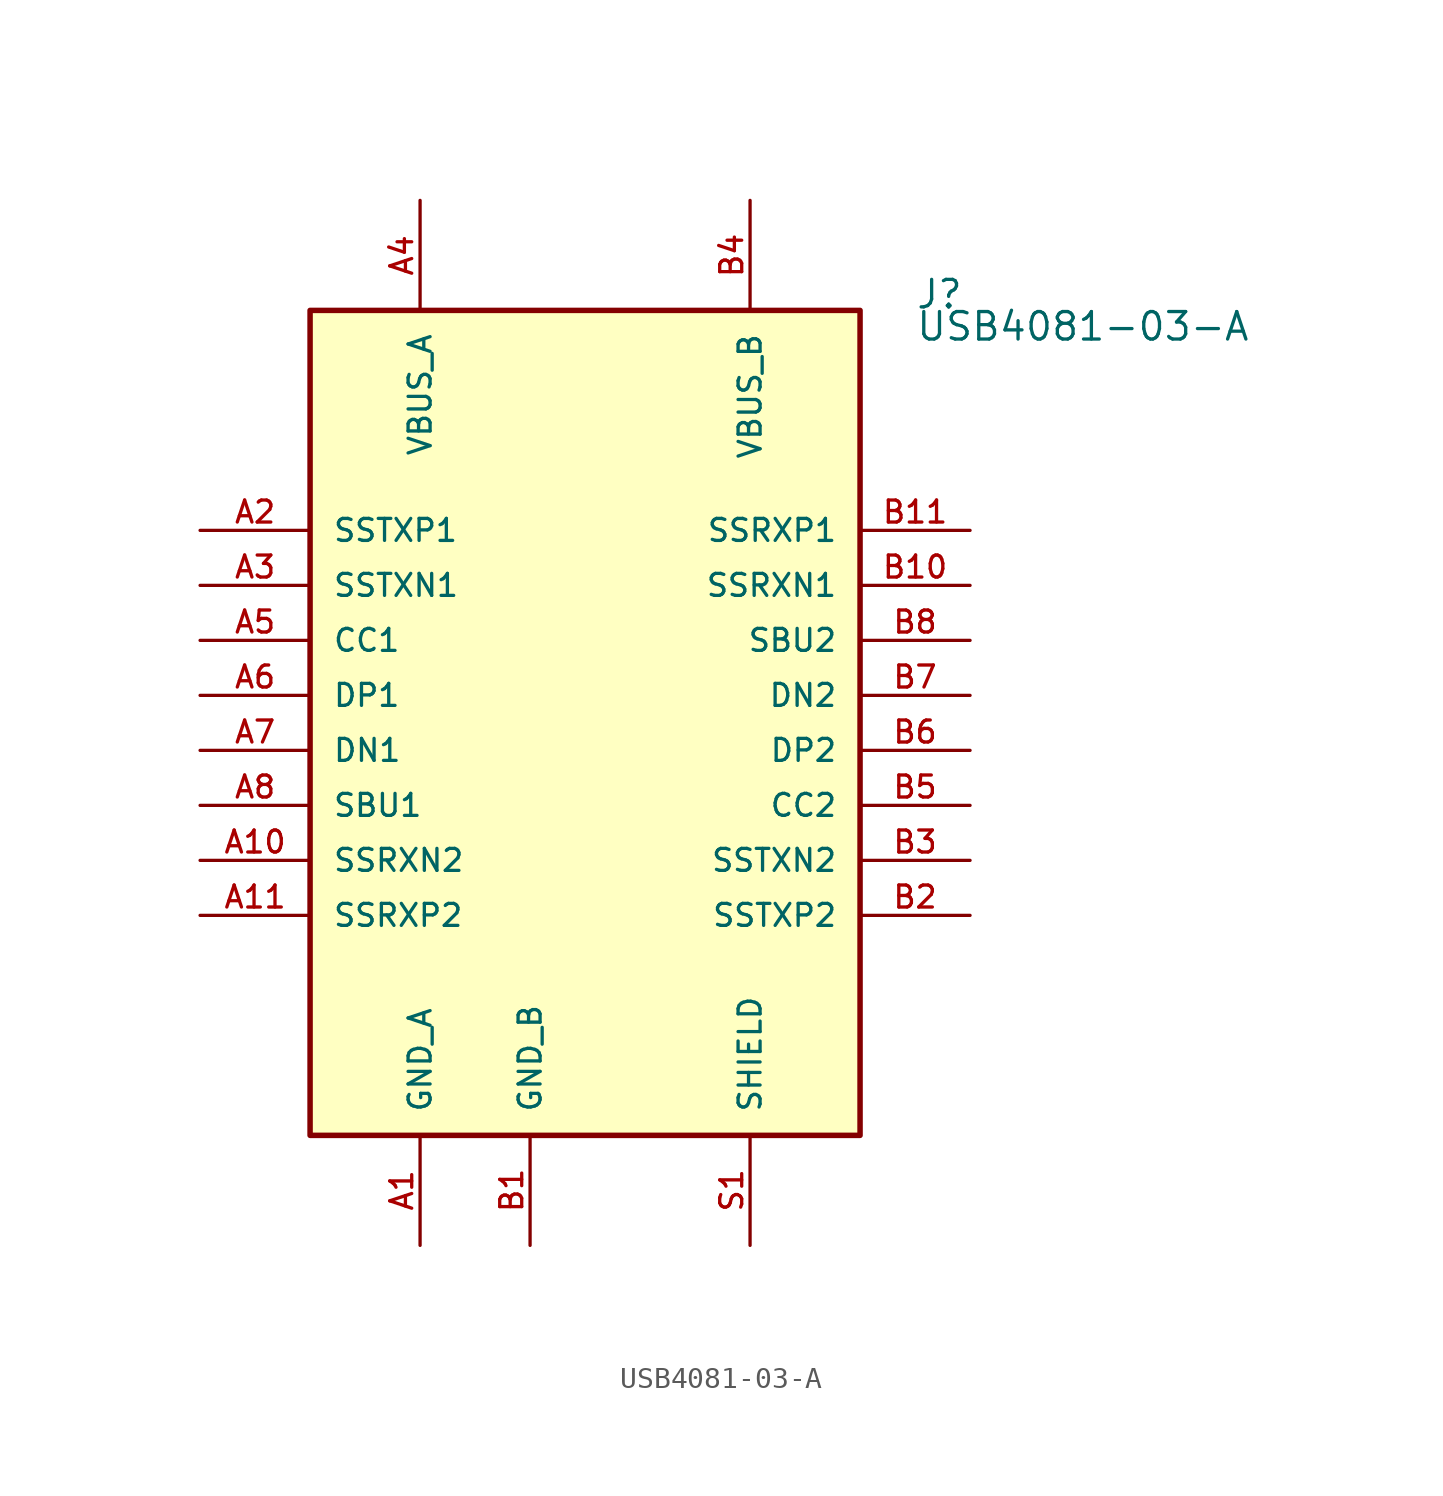
<source format=kicad_sym>
(kicad_symbol_lib
  (version 20211014)
  (generator kicad_symbol_editor)
  (symbol "USB4081-03-A"
    (pin_names
      (offset 1.016))
    (property "Reference" "J"
      (at 15.24 20.32 0)
      (effects (font (size 1.27 1.27)) (justify left bottom)))
    (property "Value" "USB4081-03-A"
      (at 15.24 20.32 0)
      (effects (font (size 1.27 1.27)) (justify left top)))
    (symbol "USB4081-03-A_0_0"
      (rectangle (start -12.7 20.32) (end 12.7 -17.78) (stroke (width 0.254) (type default) (color 0 0 0 0)) (fill (type background)))
      (pin power_in line (at -7.62 -22.86 90) (length 5.08) (name "GND_A" (effects (font (size 1.016 1.016)))) (number "A1" (effects (font (size 1.016 1.016)))))
      (pin bidirectional line (at -17.78 -5.08 0) (length 5.08) (name "SSRXN2" (effects (font (size 1.016 1.016)))) (number "A10" (effects (font (size 1.016 1.016)))))
      (pin bidirectional line (at -17.78 -7.62 0) (length 5.08) (name "SSRXP2" (effects (font (size 1.016 1.016)))) (number "A11" (effects (font (size 1.016 1.016)))))
      (pin power_in line (at -7.62 -22.86 90) (length 5.08) hide (name "GND_A" (effects (font (size 1.016 1.016)))) (number "A12" (effects (font (size 1.016 1.016)))))
      (pin bidirectional line (at -17.78 10.16 0) (length 5.08) (name "SSTXP1" (effects (font (size 1.016 1.016)))) (number "A2" (effects (font (size 1.016 1.016)))))
      (pin bidirectional line (at -17.78 7.62 0) (length 5.08) (name "SSTXN1" (effects (font (size 1.016 1.016)))) (number "A3" (effects (font (size 1.016 1.016)))))
      (pin power_in line (at -7.62 25.4 270) (length 5.08) (name "VBUS_A" (effects (font (size 1.016 1.016)))) (number "A4" (effects (font (size 1.016 1.016)))))
      (pin bidirectional line (at -17.78 5.08 0) (length 5.08) (name "CC1" (effects (font (size 1.016 1.016)))) (number "A5" (effects (font (size 1.016 1.016)))))
      (pin bidirectional line (at -17.78 2.54 0) (length 5.08) (name "DP1" (effects (font (size 1.016 1.016)))) (number "A6" (effects (font (size 1.016 1.016)))))
      (pin bidirectional line (at -17.78 0 0) (length 5.08) (name "DN1" (effects (font (size 1.016 1.016)))) (number "A7" (effects (font (size 1.016 1.016)))))
      (pin bidirectional line (at -17.78 -2.54 0) (length 5.08) (name "SBU1" (effects (font (size 1.016 1.016)))) (number "A8" (effects (font (size 1.016 1.016)))))
      (pin power_in line (at -7.62 25.4 270) (length 5.08) hide (name "VBUS_A" (effects (font (size 1.016 1.016)))) (number "A9" (effects (font (size 1.016 1.016)))))
      (pin power_in line (at -2.54 -22.86 90) (length 5.08) (name "GND_B" (effects (font (size 1.016 1.016)))) (number "B1" (effects (font (size 1.016 1.016)))))
      (pin bidirectional line (at 17.78 7.62 180) (length 5.08) (name "SSRXN1" (effects (font (size 1.016 1.016)))) (number "B10" (effects (font (size 1.016 1.016)))))
      (pin bidirectional line (at 17.78 10.16 180) (length 5.08) (name "SSRXP1" (effects (font (size 1.016 1.016)))) (number "B11" (effects (font (size 1.016 1.016)))))
      (pin power_in line (at -2.54 -22.86 90) (length 5.08) hide (name "GND_B" (effects (font (size 1.016 1.016)))) (number "B12" (effects (font (size 1.016 1.016)))))
      (pin bidirectional line (at 17.78 -7.62 180) (length 5.08) (name "SSTXP2" (effects (font (size 1.016 1.016)))) (number "B2" (effects (font (size 1.016 1.016)))))
      (pin bidirectional line (at 17.78 -5.08 180) (length 5.08) (name "SSTXN2" (effects (font (size 1.016 1.016)))) (number "B3" (effects (font (size 1.016 1.016)))))
      (pin power_in line (at 7.62 25.4 270) (length 5.08) (name "VBUS_B" (effects (font (size 1.016 1.016)))) (number "B4" (effects (font (size 1.016 1.016)))))
      (pin bidirectional line (at 17.78 -2.54 180) (length 5.08) (name "CC2" (effects (font (size 1.016 1.016)))) (number "B5" (effects (font (size 1.016 1.016)))))
      (pin bidirectional line (at 17.78 0 180) (length 5.08) (name "DP2" (effects (font (size 1.016 1.016)))) (number "B6" (effects (font (size 1.016 1.016)))))
      (pin bidirectional line (at 17.78 2.54 180) (length 5.08) (name "DN2" (effects (font (size 1.016 1.016)))) (number "B7" (effects (font (size 1.016 1.016)))))
      (pin bidirectional line (at 17.78 5.08 180) (length 5.08) (name "SBU2" (effects (font (size 1.016 1.016)))) (number "B8" (effects (font (size 1.016 1.016)))))
      (pin power_in line (at 7.62 25.4 270) (length 5.08) hide (name "VBUS_B" (effects (font (size 1.016 1.016)))) (number "B9" (effects (font (size 1.016 1.016)))))
      (pin passive line (at 7.62 -22.86 90) (length 5.08) (name "SHIELD" (effects (font (size 1.016 1.016)))) (number "S1" (effects (font (size 1.016 1.016)))))
      (pin passive line (at 7.62 -22.86 90) (length 5.08) hide (name "SHIELD" (effects (font (size 1.016 1.016)))) (number "S2" (effects (font (size 1.016 1.016)))))
      (pin passive line (at 7.62 -22.86 90) (length 5.08) hide (name "SHIELD" (effects (font (size 1.016 1.016)))) (number "S3" (effects (font (size 1.016 1.016)))))
      (pin passive line (at 7.62 -22.86 90) (length 5.08) hide (name "SHIELD" (effects (font (size 1.016 1.016)))) (number "S4" (effects (font (size 1.016 1.016)))))
      (pin passive line (at 7.62 -22.86 90) (length 5.08) hide (name "SHIELD" (effects (font (size 1.016 1.016)))) (number "S5" (effects (font (size 1.016 1.016)))))
      (pin passive line (at 7.62 -22.86 90) (length 5.08) hide (name "SHIELD" (effects (font (size 1.016 1.016)))) (number "S6" (effects (font (size 1.016 1.016))))))))
</source>
